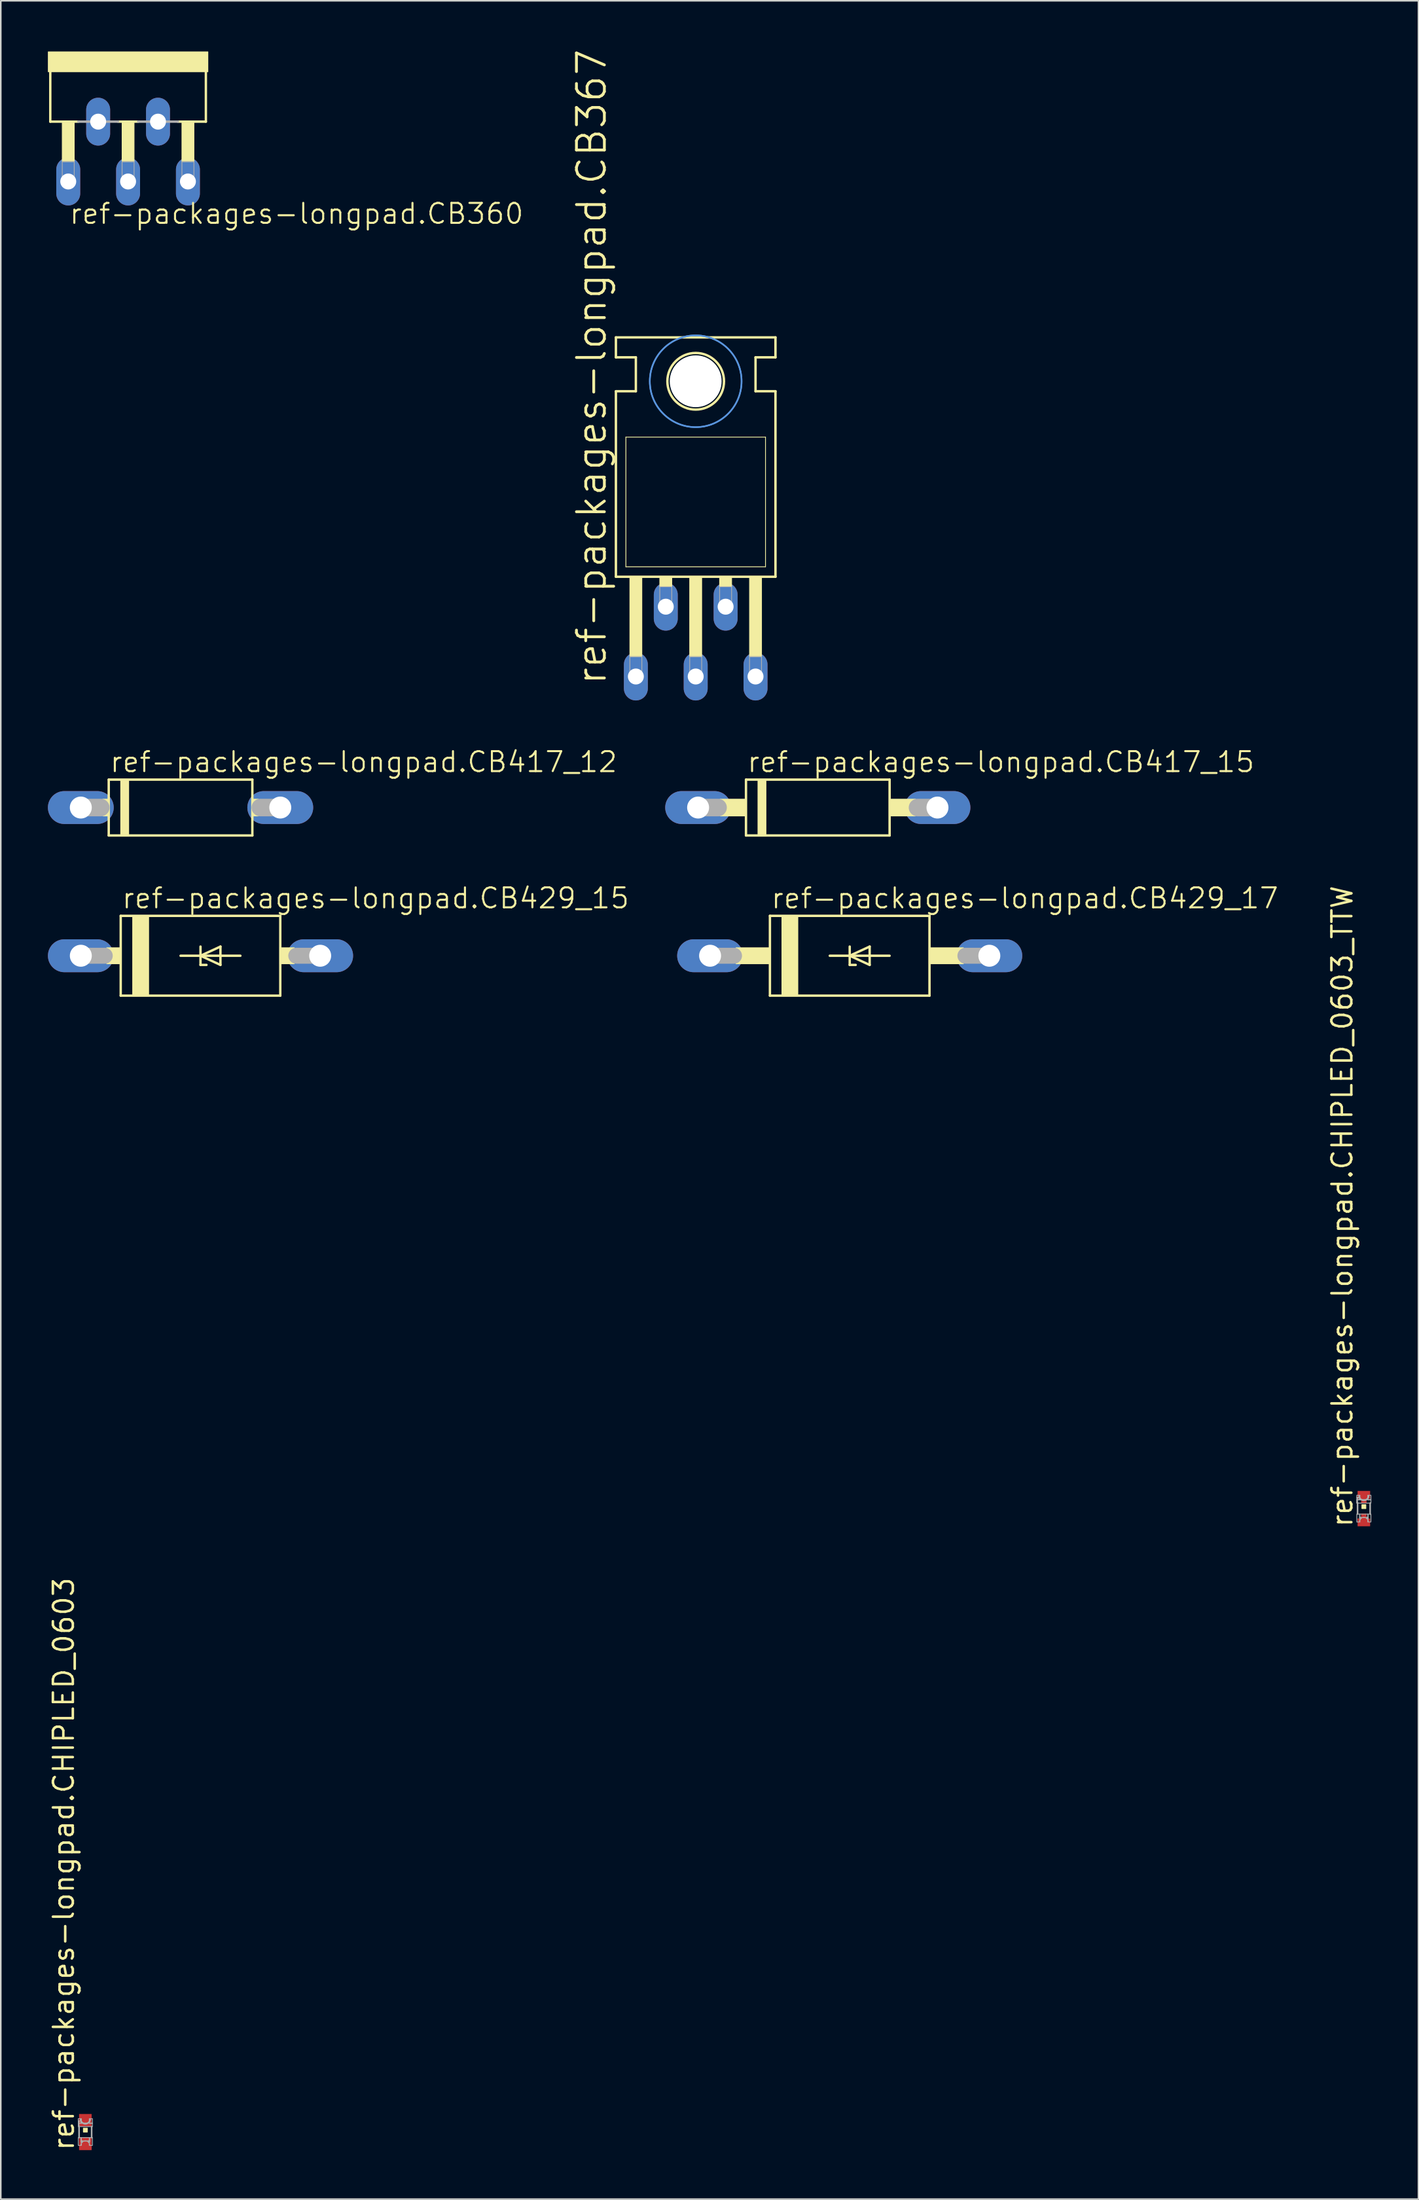
<source format=kicad_pcb>
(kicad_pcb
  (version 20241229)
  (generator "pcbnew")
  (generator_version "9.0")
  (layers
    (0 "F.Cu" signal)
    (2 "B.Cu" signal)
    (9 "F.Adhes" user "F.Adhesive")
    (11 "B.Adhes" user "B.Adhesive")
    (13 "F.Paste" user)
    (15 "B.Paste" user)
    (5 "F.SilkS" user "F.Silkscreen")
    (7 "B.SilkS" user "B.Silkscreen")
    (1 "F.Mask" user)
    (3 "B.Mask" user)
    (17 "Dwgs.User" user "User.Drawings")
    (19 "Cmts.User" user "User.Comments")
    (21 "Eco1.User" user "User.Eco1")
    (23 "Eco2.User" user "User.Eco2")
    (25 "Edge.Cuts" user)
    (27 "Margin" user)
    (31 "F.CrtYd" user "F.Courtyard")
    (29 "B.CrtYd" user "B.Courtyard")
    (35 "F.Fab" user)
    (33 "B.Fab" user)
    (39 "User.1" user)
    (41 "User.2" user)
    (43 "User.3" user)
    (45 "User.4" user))
  (footprint "ref-packages-longpad.CB360"
    (layer "F.Cu")
    (at 5.105 0.25)
    (property "Reference" "ref-packages-longpad.CB360" (at -3.81 11.049 0) (layer "F.SilkS") (effects (font (size 1.27 1.27) (thickness 0.13)) (justify left bottom)))
    (attr through_hole)
    (fp_line (start -4.953 1.27) (end -4.953 4.445) (stroke (width 0.152) (type default)) (layer "F.SilkS"))
    (fp_line (start -4.953 4.445) (end -3.175 4.445) (stroke (width 0.152) (type default)) (layer "F.SilkS"))
    (fp_line (start -0.635 4.445) (end 0.635 4.445) (stroke (width 0.152) (type default)) (layer "F.SilkS"))
    (fp_line (start 3.175 4.445) (end 4.953 4.445) (stroke (width 0.152) (type default)) (layer "F.SilkS"))
    (fp_line (start 4.953 4.445) (end 4.953 1.27) (stroke (width 0.152) (type default)) (layer "F.SilkS"))
    (fp_rect (start -5.08 1.27) (end 5.08 0) (stroke (width 0.05) (type default)) (fill yes) (layer "F.SilkS"))
    (fp_rect (start -4.191 6.985) (end -3.429 4.445) (stroke (width 0.05) (type default)) (fill yes) (layer "F.SilkS"))
    (fp_rect (start -0.381 6.985) (end 0.381 4.445) (stroke (width 0.05) (type default)) (fill yes) (layer "F.SilkS"))
    (fp_rect (start 3.429 6.985) (end 4.191 4.445) (stroke (width 0.05) (type default)) (fill yes) (layer "F.SilkS"))
    (fp_line (start -3.175 4.445) (end -0.635 4.445) (stroke (width 0.152) (type default)) (layer "F.Fab"))
    (fp_line (start 0.635 4.445) (end 3.175 4.445) (stroke (width 0.152) (type default)) (layer "F.Fab"))
    (fp_rect (start -4.191 8.382) (end -3.429 6.985) (stroke (width 0.05) (type default)) (fill no) (layer "F.Fab"))
    (fp_rect (start -0.381 8.382) (end 0.381 6.985) (stroke (width 0.05) (type default)) (fill no) (layer "F.Fab"))
    (fp_rect (start 3.429 8.382) (end 4.191 6.985) (stroke (width 0.05) (type default)) (fill no) (layer "F.Fab"))
    (pad "1" thru_hole oval (at -3.81 8.255 90) (size 3.048 1.524) (drill 1.016) (layers "*.Cu" "*.Mask"))
    (pad "2" thru_hole oval (at -1.905 4.445 90) (size 3.048 1.524) (drill 1.016) (layers "*.Cu" "*.Mask"))
    (pad "3" thru_hole oval (at 0 8.255 90) (size 3.048 1.524) (drill 1.016) (layers "*.Cu" "*.Mask"))
    (pad "4" thru_hole oval (at 1.905 4.445 90) (size 3.048 1.524) (drill 1.016) (layers "*.Cu" "*.Mask"))
    (pad "5" thru_hole oval (at 3.81 8.255 90) (size 3.048 1.524) (drill 1.016) (layers "*.Cu" "*.Mask")))
  (footprint "ref-packages-longpad.CB417_12"
    (layer "F.Cu")
    (at 8.445 48.363)
    (property "Reference" "ref-packages-longpad.CB417_12" (at -4.572 -2.159 0) (layer "F.SilkS") (effects (font (size 1.27 1.27) (thickness 0.13)) (justify left bottom)))
    (attr through_hole)
    (fp_line (start -4.572 1.778) (end -4.572 -1.778) (stroke (width 0.152) (type default)) (layer "F.SilkS"))
    (fp_line (start -4.572 1.778) (end 4.572 1.778) (stroke (width 0.152) (type default)) (layer "F.SilkS"))
    (fp_line (start 4.572 -1.778) (end -4.572 -1.778) (stroke (width 0.152) (type default)) (layer "F.SilkS"))
    (fp_line (start 4.572 -1.778) (end 4.572 1.778) (stroke (width 0.152) (type default)) (layer "F.SilkS"))
    (fp_rect (start -4.953 0.533) (end -4.572 -0.533) (stroke (width 0.05) (type default)) (fill yes) (layer "F.SilkS"))
    (fp_rect (start -3.81 1.778) (end -3.302 -1.778) (stroke (width 0.05) (type default)) (fill yes) (layer "F.SilkS"))
    (fp_rect (start 4.572 0.533) (end 4.953 -0.533) (stroke (width 0.05) (type default)) (fill yes) (layer "F.SilkS"))
    (fp_line (start -6.35 0) (end -5.08 0) (stroke (width 1.118) (type default)) (layer "F.Fab"))
    (fp_line (start 6.35 0) (end 5.08 0) (stroke (width 1.118) (type default)) (layer "F.Fab"))
    (pad "A" thru_hole oval (at 6.35 0) (size 4.191 2.095) (drill 1.397) (layers "*.Cu" "*.Mask"))
    (pad "C" thru_hole oval (at -6.35 0) (size 4.191 2.095) (drill 1.397) (layers "*.Cu" "*.Mask")))
  (footprint "ref-packages-longpad.CB429_15"
    (layer "F.Cu")
    (at 9.716 57.798)
    (property "Reference" "ref-packages-longpad.CB429_15" (at -5.08 -2.921 0) (layer "F.SilkS") (effects (font (size 1.27 1.27) (thickness 0.13)) (justify left bottom)))
    (attr through_hole)
    (fp_line (start -5.08 -2.54) (end 5.08 -2.54) (stroke (width 0.152) (type default)) (layer "F.SilkS"))
    (fp_line (start -5.08 2.54) (end -5.08 -2.54) (stroke (width 0.152) (type default)) (layer "F.SilkS"))
    (fp_line (start -1.27 0) (end 0 0) (stroke (width 0.152) (type default)) (layer "F.SilkS"))
    (fp_line (start 0 -0.584) (end 0 0) (stroke (width 0.152) (type default)) (layer "F.SilkS"))
    (fp_line (start 0 0) (end 0 0.584) (stroke (width 0.152) (type default)) (layer "F.SilkS"))
    (fp_line (start 0 0) (end 1.27 -0.584) (stroke (width 0.152) (type default)) (layer "F.SilkS"))
    (fp_line (start 0 0) (end 2.54 0) (stroke (width 0.152) (type default)) (layer "F.SilkS"))
    (fp_line (start 0 0.584) (end 0.381 0.584) (stroke (width 0.152) (type default)) (layer "F.SilkS"))
    (fp_line (start 1.27 -0.584) (end 1.27 0.584) (stroke (width 0.152) (type default)) (layer "F.SilkS"))
    (fp_line (start 1.27 0.584) (end 0 0) (stroke (width 0.152) (type default)) (layer "F.SilkS"))
    (fp_line (start 5.08 -2.54) (end 5.08 2.54) (stroke (width 0.152) (type default)) (layer "F.SilkS"))
    (fp_line (start 5.08 2.54) (end -5.08 2.54) (stroke (width 0.152) (type default)) (layer "F.SilkS"))
    (fp_rect (start -5.969 0.508) (end -5.08 -0.508) (stroke (width 0.05) (type default)) (fill yes) (layer "F.SilkS"))
    (fp_rect (start -4.318 2.54) (end -3.302 -2.54) (stroke (width 0.05) (type default)) (fill yes) (layer "F.SilkS"))
    (fp_rect (start 5.08 0.508) (end 5.969 -0.508) (stroke (width 0.05) (type default)) (fill yes) (layer "F.SilkS"))
    (fp_line (start -7.62 0) (end -6.096 0) (stroke (width 1.016) (type default)) (layer "F.Fab"))
    (fp_line (start 7.62 0) (end 6.096 0) (stroke (width 1.016) (type default)) (layer "F.Fab"))
    (pad "A" thru_hole oval (at 7.62 0) (size 4.191 2.095) (drill 1.397) (layers "*.Cu" "*.Mask"))
    (pad "C" thru_hole oval (at -7.62 0) (size 4.191 2.095) (drill 1.397) (layers "*.Cu" "*.Mask")))
  (footprint "ref-packages-longpad.CHIPLED_0603_TTW"
    (layer "F.Cu")
    (at 83.787 92.995)
    (property "Reference" "ref-packages-longpad.CHIPLED_0603_TTW" (at -0.635 1.27 90) (layer "F.SilkS") (effects (font (size 1.27 1.27) (thickness 0.16)) (justify left bottom)))
    (attr smd)
    (fp_rect (start -0.4 -0.625) (end 0.4 -1.125) (stroke (width 0.05) (type default)) (fill yes) (layer "F.Mask"))
    (fp_rect (start -0.4 1.125) (end 0.4 0.625) (stroke (width 0.05) (type default)) (fill yes) (layer "F.Mask"))
    (fp_rect (start -0.175 -0.325) (end 0.175 -0.7) (stroke (width 0.05) (type default)) (fill yes) (layer "F.Mask"))
    (fp_rect (start -0.175 0.675) (end 0.175 0.325) (stroke (width 0.05) (type default)) (fill yes) (layer "F.Mask"))
    (fp_rect (start -0.125 0) (end 0.125 -0.25) (stroke (width 0.05) (type default)) (fill yes) (layer "F.SilkS"))
    (fp_line (start -0.4 -0.375) (end -0.4 0.35) (stroke (width 0.102) (type default)) (layer "F.Fab"))
    (fp_line (start 0.4 -0.35) (end 0.4 0.35) (stroke (width 0.102) (type default)) (layer "F.Fab"))
    (fp_rect (start -0.45 -0.7) (end -0.25 -0.85) (stroke (width 0.05) (type default)) (fill no) (layer "F.Fab"))
    (fp_rect (start -0.45 -0.35) (end -0.4 -0.725) (stroke (width 0.05) (type default)) (fill no) (layer "F.Fab"))
    (fp_rect (start -0.45 -0.35) (end 0.45 -0.575) (stroke (width 0.05) (type default)) (fill no) (layer "F.Fab"))
    (fp_rect (start -0.45 0.85) (end -0.25 0.35) (stroke (width 0.05) (type default)) (fill no) (layer "F.Fab"))
    (fp_rect (start -0.275 -0.55) (end -0.225 -0.6) (stroke (width 0.05) (type default)) (fill no) (layer "F.Fab"))
    (fp_rect (start -0.275 0.575) (end 0.275 0.35) (stroke (width 0.05) (type default)) (fill no) (layer "F.Fab"))
    (fp_rect (start -0.275 0.65) (end -0.175 0.55) (stroke (width 0.05) (type default)) (fill no) (layer "F.Fab"))
    (fp_rect (start 0.175 0.65) (end 0.275 0.55) (stroke (width 0.05) (type default)) (fill no) (layer "F.Fab"))
    (fp_rect (start 0.25 -0.55) (end 0.45 -0.85) (stroke (width 0.05) (type default)) (fill no) (layer "F.Fab"))
    (fp_rect (start 0.25 0.85) (end 0.45 0.35) (stroke (width 0.05) (type default)) (fill no) (layer "F.Fab"))
    (fp_arc (start -0.275 0.825) (mid 0 0.55) (end 0.275 0.825) (stroke (width 0.0508) (type default)) (layer "F.Fab"))
    (fp_arc (start 0.3 -0.8) (mid 0 -0.524967) (end -0.3 -0.8) (stroke (width 0.1016) (type default)) (layer "F.Fab"))
    (fp_circle (center -0.35 -0.625) (end -0.275 -0.625) (stroke (width 0.051) (type default)) (fill no) (layer "F.Fab"))
    (pad "A" smd roundrect (at 0 0.875) (size 0.8 0.5) (layers "F.Cu" "F.Mask" "F.Paste") (roundrect_rratio 0.01))
    (pad "A@1" smd roundrect (at 0 0.5) (size 0.35 0.35) (layers "F.Cu" "F.Mask" "F.Paste") (roundrect_rratio 0.01))
    (pad "C" smd roundrect (at 0 -0.875) (size 0.8 0.5) (layers "F.Cu" "F.Mask" "F.Paste") (roundrect_rratio 0.01))
    (pad "C@1" smd roundrect (at 0 -0.5) (size 0.35 0.35) (layers "F.Cu" "F.Mask" "F.Paste") (roundrect_rratio 0.01)))
  (footprint "ref-packages-longpad.CB367"
    (layer "F.Cu")
    (at 41.245 28.59)
    (property "Reference" "ref-packages-longpad.CB367" (at -5.588 12.065 90) (layer "F.SilkS") (effects (font (size 1.778 1.778) (thickness 0.18)) (justify left bottom)))
    (attr through_hole)
    (fp_line (start -5.08 -8.89) (end -5.08 -10.16) (stroke (width 0.152) (type default)) (layer "F.SilkS"))
    (fp_line (start -5.08 -6.731) (end -3.81 -6.731) (stroke (width 0.152) (type default)) (layer "F.SilkS"))
    (fp_line (start -5.08 5.08) (end -5.08 -6.731) (stroke (width 0.152) (type default)) (layer "F.SilkS"))
    (fp_line (start -5.08 5.08) (end 5.08 5.08) (stroke (width 0.152) (type default)) (layer "F.SilkS"))
    (fp_line (start -4.445 -3.81) (end 4.445 -3.81) (stroke (width 0.051) (type default)) (layer "F.SilkS"))
    (fp_line (start -4.445 4.445) (end -4.445 -3.81) (stroke (width 0.051) (type default)) (layer "F.SilkS"))
    (fp_line (start -3.81 -8.89) (end -5.08 -8.89) (stroke (width 0.152) (type default)) (layer "F.SilkS"))
    (fp_line (start -3.81 -6.731) (end -3.81 -8.89) (stroke (width 0.152) (type default)) (layer "F.SilkS"))
    (fp_line (start 3.81 -8.89) (end 5.08 -8.89) (stroke (width 0.152) (type default)) (layer "F.SilkS"))
    (fp_line (start 3.81 -6.731) (end 3.81 -8.89) (stroke (width 0.152) (type default)) (layer "F.SilkS"))
    (fp_line (start 4.445 -3.81) (end 4.445 4.445) (stroke (width 0.051) (type default)) (layer "F.SilkS"))
    (fp_line (start 4.445 4.445) (end -4.445 4.445) (stroke (width 0.051) (type default)) (layer "F.SilkS"))
    (fp_line (start 5.08 -10.16) (end -5.08 -10.16) (stroke (width 0.152) (type default)) (layer "F.SilkS"))
    (fp_line (start 5.08 -8.89) (end 5.08 -10.16) (stroke (width 0.152) (type default)) (layer "F.SilkS"))
    (fp_line (start 5.08 -6.731) (end 3.81 -6.731) (stroke (width 0.152) (type default)) (layer "F.SilkS"))
    (fp_line (start 5.08 5.08) (end 5.08 -6.731) (stroke (width 0.152) (type default)) (layer "F.SilkS"))
    (fp_rect (start -4.191 10.16) (end -3.429 5.08) (stroke (width 0.05) (type default)) (fill yes) (layer "F.SilkS"))
    (fp_rect (start -2.286 5.715) (end -1.524 5.08) (stroke (width 0.05) (type default)) (fill yes) (layer "F.SilkS"))
    (fp_rect (start -0.381 10.16) (end 0.381 5.08) (stroke (width 0.05) (type default)) (fill yes) (layer "F.SilkS"))
    (fp_rect (start 1.524 5.715) (end 2.286 5.08) (stroke (width 0.05) (type default)) (fill yes) (layer "F.SilkS"))
    (fp_rect (start 3.429 10.16) (end 4.191 5.08) (stroke (width 0.05) (type default)) (fill yes) (layer "F.SilkS"))
    (fp_circle (center 0 -7.366) (end 1.803 -7.366) (stroke (width 0.152) (type default)) (fill no) (layer "F.SilkS"))
    (fp_circle (center 0 -7.366) (end 2.921 -7.366) (stroke (width 0.1) (type default)) (fill no) (layer "Cmts.User"))
    (fp_circle (center 0 -7.366) (end 2.921 -7.366) (stroke (width 0.1) (type default)) (fill no) (layer "Cmts.User"))
    (fp_rect (start -4.191 11.303) (end -3.429 10.16) (stroke (width 0.05) (type default)) (fill no) (layer "F.Fab"))
    (fp_rect (start -2.286 6.858) (end -1.524 5.715) (stroke (width 0.05) (type default)) (fill no) (layer "F.Fab"))
    (fp_rect (start -0.381 11.303) (end 0.381 10.16) (stroke (width 0.05) (type default)) (fill no) (layer "F.Fab"))
    (fp_rect (start 1.524 6.858) (end 2.286 5.715) (stroke (width 0.05) (type default)) (fill no) (layer "F.Fab"))
    (fp_rect (start 3.429 11.303) (end 4.191 10.16) (stroke (width 0.05) (type default)) (fill no) (layer "F.Fab"))
    (pad "" np_thru_hole circle (at 0 -7.366) (size 3.302 3.302) (drill 3.302) (layers "*.Cu" "*.Mask"))
    (pad "1" thru_hole oval (at -3.81 11.43 90) (size 3.048 1.524) (drill 1.016) (layers "*.Cu" "*.Mask"))
    (pad "2" thru_hole oval (at -1.905 6.985 90) (size 3.048 1.524) (drill 1.016) (layers "*.Cu" "*.Mask"))
    (pad "3" thru_hole oval (at 0 11.43 90) (size 3.048 1.524) (drill 1.016) (layers "*.Cu" "*.Mask"))
    (pad "4" thru_hole oval (at 1.905 6.985 90) (size 3.048 1.524) (drill 1.016) (layers "*.Cu" "*.Mask"))
    (pad "5" thru_hole oval (at 3.81 11.43 90) (size 3.048 1.524) (drill 1.016) (layers "*.Cu" "*.Mask")))
  (footprint "ref-packages-longpad.CB417_15"
    (layer "F.Cu")
    (at 49.019 48.363)
    (property "Reference" "ref-packages-longpad.CB417_15" (at -4.572 -2.159 0) (layer "F.SilkS") (effects (font (size 1.27 1.27) (thickness 0.13)) (justify left bottom)))
    (attr through_hole)
    (fp_line (start -4.572 1.778) (end -4.572 -1.778) (stroke (width 0.152) (type default)) (layer "F.SilkS"))
    (fp_line (start -4.572 1.778) (end 4.572 1.778) (stroke (width 0.152) (type default)) (layer "F.SilkS"))
    (fp_line (start 4.572 -1.778) (end -4.572 -1.778) (stroke (width 0.152) (type default)) (layer "F.SilkS"))
    (fp_line (start 4.572 -1.778) (end 4.572 1.778) (stroke (width 0.152) (type default)) (layer "F.SilkS"))
    (fp_rect (start -6.223 0.533) (end -4.572 -0.533) (stroke (width 0.05) (type default)) (fill yes) (layer "F.SilkS"))
    (fp_rect (start -3.81 1.778) (end -3.302 -1.778) (stroke (width 0.05) (type default)) (fill yes) (layer "F.SilkS"))
    (fp_rect (start 4.572 0.533) (end 6.223 -0.533) (stroke (width 0.05) (type default)) (fill yes) (layer "F.SilkS"))
    (fp_line (start -7.62 0) (end -6.35 0) (stroke (width 1.118) (type default)) (layer "F.Fab"))
    (fp_line (start 7.62 0) (end 6.35 0) (stroke (width 1.118) (type default)) (layer "F.Fab"))
    (pad "A" thru_hole oval (at 7.62 0) (size 4.191 2.095) (drill 1.397) (layers "*.Cu" "*.Mask"))
    (pad "C" thru_hole oval (at -7.62 0) (size 4.191 2.095) (drill 1.397) (layers "*.Cu" "*.Mask")))
  (footprint "ref-packages-longpad.CHIPLED_0603"
    (layer "F.Cu")
    (at 2.385 132.688)
    (property "Reference" "ref-packages-longpad.CHIPLED_0603" (at -0.635 1.27 90) (layer "F.SilkS") (effects (font (size 1.27 1.27) (thickness 0.16)) (justify left bottom)))
    (attr smd)
    (fp_rect (start -0.125 0) (end 0.125 -0.25) (stroke (width 0.05) (type default)) (fill yes) (layer "F.SilkS"))
    (fp_line (start -0.4 -0.375) (end -0.4 0.35) (stroke (width 0.102) (type default)) (layer "F.Fab"))
    (fp_line (start 0.4 -0.35) (end 0.4 0.35) (stroke (width 0.102) (type default)) (layer "F.Fab"))
    (fp_rect (start -0.45 -0.7) (end -0.25 -0.85) (stroke (width 0.05) (type default)) (fill no) (layer "F.Fab"))
    (fp_rect (start -0.45 -0.35) (end -0.4 -0.725) (stroke (width 0.05) (type default)) (fill no) (layer "F.Fab"))
    (fp_rect (start -0.45 -0.35) (end 0.45 -0.575) (stroke (width 0.05) (type default)) (fill no) (layer "F.Fab"))
    (fp_rect (start -0.45 0.85) (end -0.25 0.35) (stroke (width 0.05) (type default)) (fill no) (layer "F.Fab"))
    (fp_rect (start -0.275 -0.55) (end -0.225 -0.6) (stroke (width 0.05) (type default)) (fill no) (layer "F.Fab"))
    (fp_rect (start -0.275 0.575) (end 0.275 0.35) (stroke (width 0.05) (type default)) (fill no) (layer "F.Fab"))
    (fp_rect (start -0.275 0.65) (end -0.175 0.55) (stroke (width 0.05) (type default)) (fill no) (layer "F.Fab"))
    (fp_rect (start 0.175 0.65) (end 0.275 0.55) (stroke (width 0.05) (type default)) (fill no) (layer "F.Fab"))
    (fp_rect (start 0.25 -0.55) (end 0.45 -0.85) (stroke (width 0.05) (type default)) (fill no) (layer "F.Fab"))
    (fp_rect (start 0.25 0.85) (end 0.45 0.35) (stroke (width 0.05) (type default)) (fill no) (layer "F.Fab"))
    (fp_arc (start -0.275 0.825) (mid 0 0.55) (end 0.275 0.825) (stroke (width 0.0508) (type default)) (layer "F.Fab"))
    (fp_arc (start 0.3 -0.8) (mid 0 -0.524967) (end -0.3 -0.8) (stroke (width 0.1016) (type default)) (layer "F.Fab"))
    (fp_circle (center -0.35 -0.625) (end -0.275 -0.625) (stroke (width 0.051) (type default)) (fill no) (layer "F.Fab"))
    (pad "A" smd roundrect (at 0 0.75) (size 0.8 0.8) (layers "F.Cu" "F.Mask" "F.Paste") (roundrect_rratio 0.01))
    (pad "C" smd roundrect (at 0 -0.75) (size 0.8 0.8) (layers "F.Cu" "F.Mask" "F.Paste") (roundrect_rratio 0.01)))
  (footprint "ref-packages-longpad.CB429_17"
    (layer "F.Cu")
    (at 51.051 57.798)
    (property "Reference" "ref-packages-longpad.CB429_17" (at -5.08 -2.921 0) (layer "F.SilkS") (effects (font (size 1.27 1.27) (thickness 0.13)) (justify left bottom)))
    (attr through_hole)
    (fp_line (start -5.08 -2.54) (end 5.08 -2.54) (stroke (width 0.152) (type default)) (layer "F.SilkS"))
    (fp_line (start -5.08 2.54) (end -5.08 -2.54) (stroke (width 0.152) (type default)) (layer "F.SilkS"))
    (fp_line (start -1.27 0) (end 0 0) (stroke (width 0.152) (type default)) (layer "F.SilkS"))
    (fp_line (start 0 -0.584) (end 0 0) (stroke (width 0.152) (type default)) (layer "F.SilkS"))
    (fp_line (start 0 0) (end 0 0.584) (stroke (width 0.152) (type default)) (layer "F.SilkS"))
    (fp_line (start 0 0) (end 1.27 -0.584) (stroke (width 0.152) (type default)) (layer "F.SilkS"))
    (fp_line (start 0 0) (end 2.54 0) (stroke (width 0.152) (type default)) (layer "F.SilkS"))
    (fp_line (start 0 0.584) (end 0.381 0.584) (stroke (width 0.152) (type default)) (layer "F.SilkS"))
    (fp_line (start 1.27 -0.584) (end 1.27 0.584) (stroke (width 0.152) (type default)) (layer "F.SilkS"))
    (fp_line (start 1.27 0.584) (end 0 0) (stroke (width 0.152) (type default)) (layer "F.SilkS"))
    (fp_line (start 5.08 -2.54) (end 5.08 2.54) (stroke (width 0.152) (type default)) (layer "F.SilkS"))
    (fp_line (start 5.08 2.54) (end -5.08 2.54) (stroke (width 0.152) (type default)) (layer "F.SilkS"))
    (fp_rect (start -7.239 0.508) (end -5.08 -0.508) (stroke (width 0.05) (type default)) (fill yes) (layer "F.SilkS"))
    (fp_rect (start -4.318 2.54) (end -3.302 -2.54) (stroke (width 0.05) (type default)) (fill yes) (layer "F.SilkS"))
    (fp_rect (start 5.08 0.508) (end 7.239 -0.508) (stroke (width 0.05) (type default)) (fill yes) (layer "F.SilkS"))
    (fp_line (start -8.89 0) (end -7.366 0) (stroke (width 1.016) (type default)) (layer "F.Fab"))
    (fp_line (start 8.89 0) (end 7.366 0) (stroke (width 1.016) (type default)) (layer "F.Fab"))
    (pad "A" thru_hole oval (at 8.89 0) (size 4.191 2.095) (drill 1.397) (layers "*.Cu" "*.Mask"))
    (pad "C" thru_hole oval (at -8.89 0) (size 4.191 2.095) (drill 1.397) (layers "*.Cu" "*.Mask")))
  (gr_rect
    (start -3 -3)
    (end 87.262 136.958)
    (stroke (width 0.1) (type default))
    (fill no)
    (layer "Edge.Cuts")))
</source>
